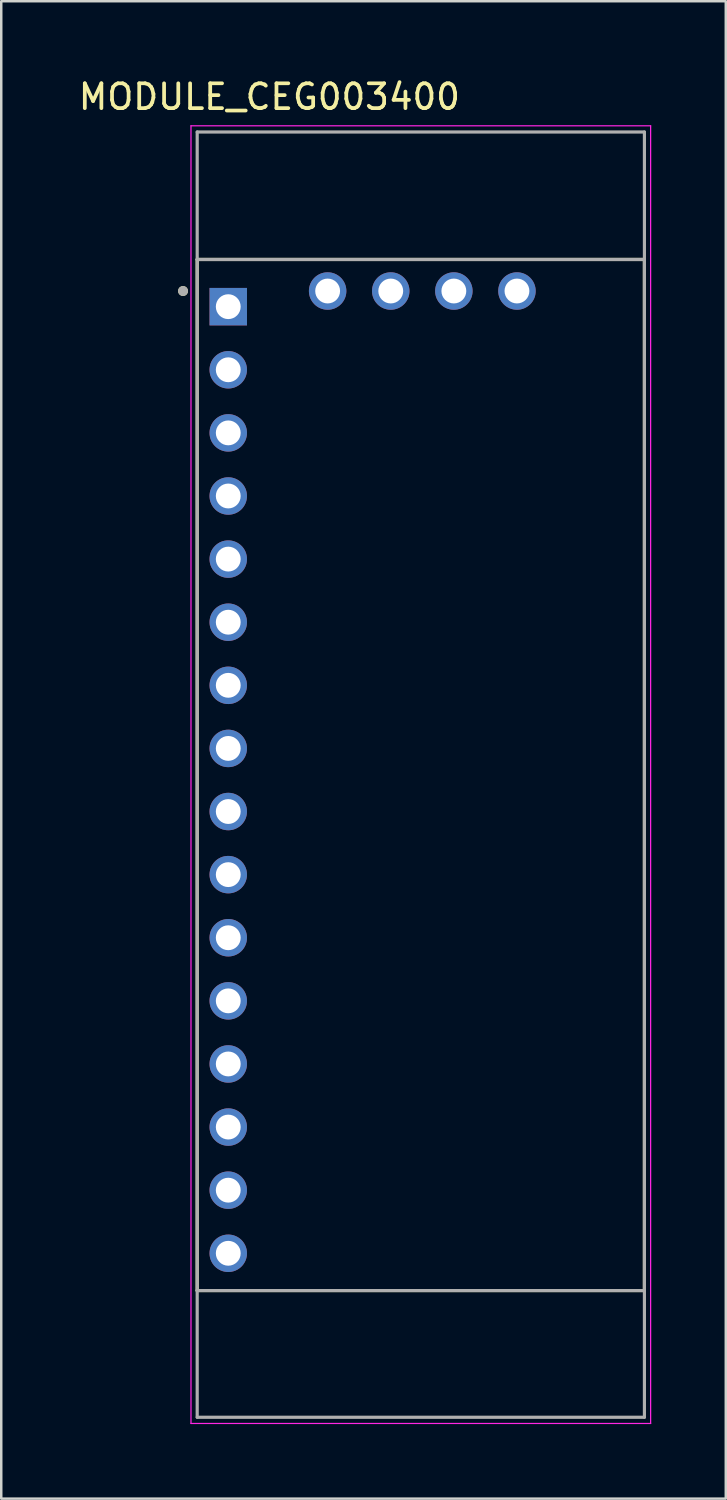
<source format=kicad_pcb>
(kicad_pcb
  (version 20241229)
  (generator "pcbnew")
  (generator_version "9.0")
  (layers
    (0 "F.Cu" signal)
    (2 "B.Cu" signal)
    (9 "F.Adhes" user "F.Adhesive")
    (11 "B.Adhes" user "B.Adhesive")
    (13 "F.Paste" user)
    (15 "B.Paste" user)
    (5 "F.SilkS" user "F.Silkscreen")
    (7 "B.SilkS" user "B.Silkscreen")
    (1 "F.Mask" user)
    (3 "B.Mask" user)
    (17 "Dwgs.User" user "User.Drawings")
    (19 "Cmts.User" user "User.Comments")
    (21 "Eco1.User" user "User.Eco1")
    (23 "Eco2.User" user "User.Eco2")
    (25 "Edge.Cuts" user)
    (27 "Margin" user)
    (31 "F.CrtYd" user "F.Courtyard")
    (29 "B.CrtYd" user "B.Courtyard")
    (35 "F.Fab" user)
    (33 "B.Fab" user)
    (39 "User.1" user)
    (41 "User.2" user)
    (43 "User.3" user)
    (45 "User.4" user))
  (footprint "MODULE_CEG003400"
    (layer "F.Cu")
    (at 13.887 28.128)
    (property "Reference" "MODULE_CEG003400" (at -6.095 -27.28 0) (layer "F.SilkS") (effects (font (size 1 1) (thickness 0.15))))
    (attr through_hole)
    (fp_line (start -9 -20.735) (end 9 -20.735) (stroke (width 0.127) (type solid)) (layer "F.SilkS"))
    (fp_line (start -9 20.765) (end -9 -20.735) (stroke (width 0.127) (type solid)) (layer "F.SilkS"))
    (fp_line (start 9 -20.735) (end 9 20.765) (stroke (width 0.127) (type solid)) (layer "F.SilkS"))
    (fp_line (start 9 20.765) (end -9 20.765) (stroke (width 0.127) (type solid)) (layer "F.SilkS"))
    (fp_circle (center -9.57 -19.465) (end -9.47 -19.465) (stroke (width 0.2) (type solid)) (fill no) (layer "F.SilkS"))
    (fp_line (start -9.25 -26.115) (end 9.25 -26.115) (stroke (width 0.05) (type solid)) (layer "F.CrtYd"))
    (fp_line (start -9.25 26.115) (end -9.25 -26.115) (stroke (width 0.05) (type solid)) (layer "F.CrtYd"))
    (fp_line (start 9.25 -26.115) (end 9.25 26.115) (stroke (width 0.05) (type solid)) (layer "F.CrtYd"))
    (fp_line (start 9.25 26.115) (end -9.25 26.115) (stroke (width 0.05) (type solid)) (layer "F.CrtYd"))
    (fp_line (start -9 -25.865) (end 9 -25.865) (stroke (width 0.127) (type solid)) (layer "F.Fab"))
    (fp_line (start -9 -20.735) (end -9 -25.865) (stroke (width 0.127) (type solid)) (layer "F.Fab"))
    (fp_line (start -9 -20.735) (end 9 -20.735) (stroke (width 0.127) (type solid)) (layer "F.Fab"))
    (fp_line (start -9 20.765) (end -9 -20.735) (stroke (width 0.127) (type solid)) (layer "F.Fab"))
    (fp_line (start -9 25.865) (end -9 20.765) (stroke (width 0.127) (type solid)) (layer "F.Fab"))
    (fp_line (start 9 -25.865) (end 9 -20.735) (stroke (width 0.127) (type solid)) (layer "F.Fab"))
    (fp_line (start 9 -20.735) (end 9 20.765) (stroke (width 0.127) (type solid)) (layer "F.Fab"))
    (fp_line (start 9 20.765) (end -9 20.765) (stroke (width 0.127) (type solid)) (layer "F.Fab"))
    (fp_line (start 9 20.765) (end 9 25.865) (stroke (width 0.127) (type solid)) (layer "F.Fab"))
    (fp_line (start 9 25.865) (end -9 25.865) (stroke (width 0.127) (type solid)) (layer "F.Fab"))
    (fp_circle (center -9.57 -19.465) (end -9.47 -19.465) (stroke (width 0.2) (type solid)) (fill no) (layer "F.Fab"))
    (pad "1" thru_hole rect (at -7.75 -18.835) (size 1.508 1.508) (drill 1) (layers "*.Cu" "*.Mask"))
    (pad "2" thru_hole circle (at -7.75 -16.295) (size 1.508 1.508) (drill 1) (layers "*.Cu" "*.Mask"))
    (pad "3" thru_hole circle (at -7.75 -13.755) (size 1.508 1.508) (drill 1) (layers "*.Cu" "*.Mask"))
    (pad "4" thru_hole circle (at -7.75 -11.215) (size 1.508 1.508) (drill 1) (layers "*.Cu" "*.Mask"))
    (pad "5" thru_hole circle (at -7.75 -8.675) (size 1.508 1.508) (drill 1) (layers "*.Cu" "*.Mask"))
    (pad "6" thru_hole circle (at -7.75 -6.135) (size 1.508 1.508) (drill 1) (layers "*.Cu" "*.Mask"))
    (pad "7" thru_hole circle (at -7.75 -3.595) (size 1.508 1.508) (drill 1) (layers "*.Cu" "*.Mask"))
    (pad "8" thru_hole circle (at -7.75 -1.055) (size 1.508 1.508) (drill 1) (layers "*.Cu" "*.Mask"))
    (pad "9" thru_hole circle (at -7.75 1.485) (size 1.508 1.508) (drill 1) (layers "*.Cu" "*.Mask"))
    (pad "10" thru_hole circle (at -7.75 4.025) (size 1.508 1.508) (drill 1) (layers "*.Cu" "*.Mask"))
    (pad "11" thru_hole circle (at -7.75 6.565) (size 1.508 1.508) (drill 1) (layers "*.Cu" "*.Mask"))
    (pad "12" thru_hole circle (at -7.75 9.105) (size 1.508 1.508) (drill 1) (layers "*.Cu" "*.Mask"))
    (pad "13" thru_hole circle (at -7.75 11.645) (size 1.508 1.508) (drill 1) (layers "*.Cu" "*.Mask"))
    (pad "14" thru_hole circle (at -7.75 14.185) (size 1.508 1.508) (drill 1) (layers "*.Cu" "*.Mask"))
    (pad "15" thru_hole circle (at -7.75 16.725) (size 1.508 1.508) (drill 1) (layers "*.Cu" "*.Mask"))
    (pad "16" thru_hole circle (at -7.75 19.265) (size 1.508 1.508) (drill 1) (layers "*.Cu" "*.Mask"))
    (pad "17" thru_hole circle (at -3.75 -19.465) (size 1.508 1.508) (drill 1) (layers "*.Cu" "*.Mask"))
    (pad "18" thru_hole circle (at -1.21 -19.465) (size 1.508 1.508) (drill 1) (layers "*.Cu" "*.Mask"))
    (pad "19" thru_hole circle (at 1.33 -19.465) (size 1.508 1.508) (drill 1) (layers "*.Cu" "*.Mask"))
    (pad "20" thru_hole circle (at 3.87 -19.465) (size 1.508 1.508) (drill 1) (layers "*.Cu" "*.Mask")))
  (gr_rect
    (start -3 -3)
    (end 26.162 57.268)
    (stroke (width 0.1) (type default))
    (fill no)
    (layer "Edge.Cuts")))
</source>
